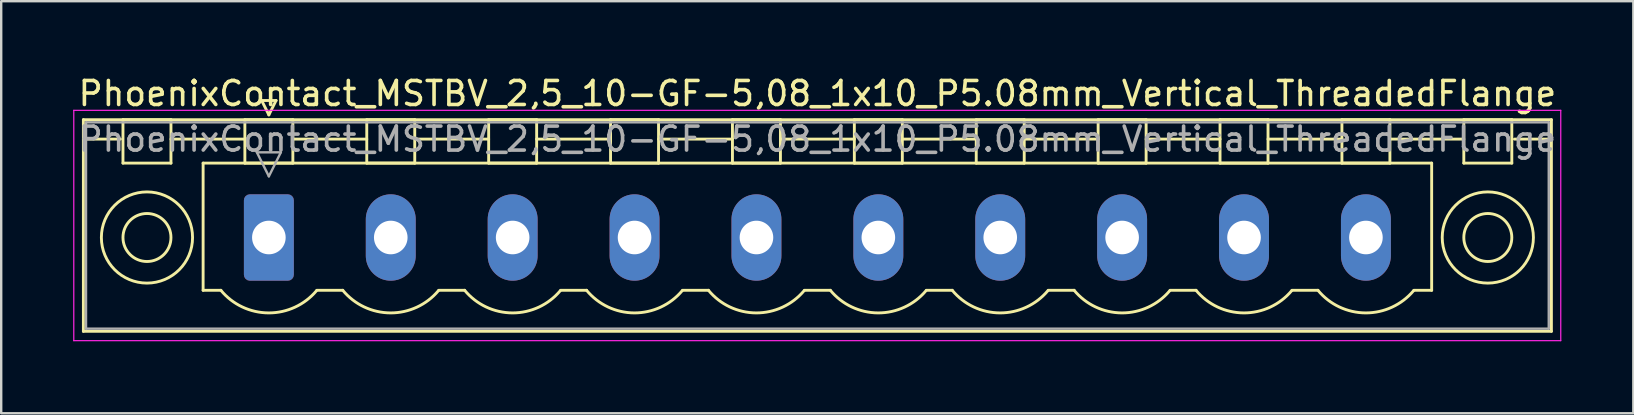
<source format=kicad_pcb>
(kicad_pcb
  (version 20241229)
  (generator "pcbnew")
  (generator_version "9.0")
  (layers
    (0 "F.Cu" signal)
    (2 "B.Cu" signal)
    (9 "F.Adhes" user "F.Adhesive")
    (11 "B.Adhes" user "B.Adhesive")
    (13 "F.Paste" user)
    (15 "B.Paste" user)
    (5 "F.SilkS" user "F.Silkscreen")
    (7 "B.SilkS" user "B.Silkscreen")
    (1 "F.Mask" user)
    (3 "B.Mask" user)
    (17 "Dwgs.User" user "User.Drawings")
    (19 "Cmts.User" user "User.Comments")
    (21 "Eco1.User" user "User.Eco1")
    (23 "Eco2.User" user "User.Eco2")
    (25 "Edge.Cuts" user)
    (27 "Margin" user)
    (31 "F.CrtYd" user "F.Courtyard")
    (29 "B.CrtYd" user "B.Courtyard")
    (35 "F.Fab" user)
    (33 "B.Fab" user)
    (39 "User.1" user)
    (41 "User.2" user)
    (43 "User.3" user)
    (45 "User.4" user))
  (footprint "PhoenixContact_MSTBV_2,5_10-GF-5,08_1x10_P5.08mm_Vertical_ThreadedFlange"
    (layer "F.Cu")
    (at 8.155 6.848)
    (property "Reference" "PhoenixContact_MSTBV_2,5_10-GF-5,08_1x10_P5.08mm_Vertical_ThreadedFlange" (at 22.86 -6 0) (layer "F.SilkS") (effects (font (size 1 1) (thickness 0.15))))
    (attr through_hole)
    (fp_line (start -7.73 -4.91) (end -7.73 3.91) (stroke (width 0.12) (type solid)) (layer "F.SilkS"))
    (fp_line (start -7.73 -4.1) (end -6.19 -4.1) (stroke (width 0.12) (type solid)) (layer "F.SilkS"))
    (fp_line (start -7.73 3.91) (end 53.45 3.91) (stroke (width 0.12) (type solid)) (layer "F.SilkS"))
    (fp_line (start -6.08 -4.91) (end -4.08 -4.91) (stroke (width 0.12) (type solid)) (layer "F.SilkS"))
    (fp_line (start -6.08 -3.1) (end -6.08 -4.91) (stroke (width 0.12) (type solid)) (layer "F.SilkS"))
    (fp_line (start -4.08 -4.91) (end -4.08 -3.1) (stroke (width 0.12) (type solid)) (layer "F.SilkS"))
    (fp_line (start -4.08 -4.1) (end -1 -4.1) (stroke (width 0.12) (type solid)) (layer "F.SilkS"))
    (fp_line (start -4.08 -3.1) (end -6.08 -3.1) (stroke (width 0.12) (type solid)) (layer "F.SilkS"))
    (fp_line (start -2.74 -3.1) (end 48.46 -3.1) (stroke (width 0.12) (type solid)) (layer "F.SilkS"))
    (fp_line (start -2.74 2.2) (end -2.74 -3.1) (stroke (width 0.12) (type solid)) (layer "F.SilkS"))
    (fp_line (start -2 2.2) (end -2.74 2.2) (stroke (width 0.12) (type solid)) (layer "F.SilkS"))
    (fp_line (start -1 -4.91) (end 1 -4.91) (stroke (width 0.12) (type solid)) (layer "F.SilkS"))
    (fp_line (start -1 -3.1) (end -1 -4.91) (stroke (width 0.12) (type solid)) (layer "F.SilkS"))
    (fp_line (start -0.3 -5.71) (end 0.3 -5.71) (stroke (width 0.12) (type solid)) (layer "F.SilkS"))
    (fp_line (start 0 -5.11) (end -0.3 -5.71) (stroke (width 0.12) (type solid)) (layer "F.SilkS"))
    (fp_line (start 0.3 -5.71) (end 0 -5.11) (stroke (width 0.12) (type solid)) (layer "F.SilkS"))
    (fp_line (start 1 -4.91) (end 1 -3.1) (stroke (width 0.12) (type solid)) (layer "F.SilkS"))
    (fp_line (start 1 -4.1) (end 4.08 -4.1) (stroke (width 0.12) (type solid)) (layer "F.SilkS"))
    (fp_line (start 1 -3.1) (end -1 -3.1) (stroke (width 0.12) (type solid)) (layer "F.SilkS"))
    (fp_line (start 2 2.2) (end 3.08 2.2) (stroke (width 0.12) (type solid)) (layer "F.SilkS"))
    (fp_line (start 4.08 -4.91) (end 6.08 -4.91) (stroke (width 0.12) (type solid)) (layer "F.SilkS"))
    (fp_line (start 4.08 -3.1) (end 4.08 -4.91) (stroke (width 0.12) (type solid)) (layer "F.SilkS"))
    (fp_line (start 6.08 -4.91) (end 6.08 -3.1) (stroke (width 0.12) (type solid)) (layer "F.SilkS"))
    (fp_line (start 6.08 -4.1) (end 9.16 -4.1) (stroke (width 0.12) (type solid)) (layer "F.SilkS"))
    (fp_line (start 6.08 -3.1) (end 4.08 -3.1) (stroke (width 0.12) (type solid)) (layer "F.SilkS"))
    (fp_line (start 7.08 2.2) (end 8.16 2.2) (stroke (width 0.12) (type solid)) (layer "F.SilkS"))
    (fp_line (start 9.16 -4.91) (end 11.16 -4.91) (stroke (width 0.12) (type solid)) (layer "F.SilkS"))
    (fp_line (start 9.16 -3.1) (end 9.16 -4.91) (stroke (width 0.12) (type solid)) (layer "F.SilkS"))
    (fp_line (start 11.16 -4.91) (end 11.16 -3.1) (stroke (width 0.12) (type solid)) (layer "F.SilkS"))
    (fp_line (start 11.16 -4.1) (end 14.24 -4.1) (stroke (width 0.12) (type solid)) (layer "F.SilkS"))
    (fp_line (start 11.16 -3.1) (end 9.16 -3.1) (stroke (width 0.12) (type solid)) (layer "F.SilkS"))
    (fp_line (start 12.16 2.2) (end 13.24 2.2) (stroke (width 0.12) (type solid)) (layer "F.SilkS"))
    (fp_line (start 14.24 -4.91) (end 16.24 -4.91) (stroke (width 0.12) (type solid)) (layer "F.SilkS"))
    (fp_line (start 14.24 -3.1) (end 14.24 -4.91) (stroke (width 0.12) (type solid)) (layer "F.SilkS"))
    (fp_line (start 16.24 -4.91) (end 16.24 -3.1) (stroke (width 0.12) (type solid)) (layer "F.SilkS"))
    (fp_line (start 16.24 -4.1) (end 19.32 -4.1) (stroke (width 0.12) (type solid)) (layer "F.SilkS"))
    (fp_line (start 16.24 -3.1) (end 14.24 -3.1) (stroke (width 0.12) (type solid)) (layer "F.SilkS"))
    (fp_line (start 17.24 2.2) (end 18.32 2.2) (stroke (width 0.12) (type solid)) (layer "F.SilkS"))
    (fp_line (start 19.32 -4.91) (end 21.32 -4.91) (stroke (width 0.12) (type solid)) (layer "F.SilkS"))
    (fp_line (start 19.32 -3.1) (end 19.32 -4.91) (stroke (width 0.12) (type solid)) (layer "F.SilkS"))
    (fp_line (start 21.32 -4.91) (end 21.32 -3.1) (stroke (width 0.12) (type solid)) (layer "F.SilkS"))
    (fp_line (start 21.32 -4.1) (end 24.4 -4.1) (stroke (width 0.12) (type solid)) (layer "F.SilkS"))
    (fp_line (start 21.32 -3.1) (end 19.32 -3.1) (stroke (width 0.12) (type solid)) (layer "F.SilkS"))
    (fp_line (start 22.32 2.2) (end 23.4 2.2) (stroke (width 0.12) (type solid)) (layer "F.SilkS"))
    (fp_line (start 24.4 -4.91) (end 26.4 -4.91) (stroke (width 0.12) (type solid)) (layer "F.SilkS"))
    (fp_line (start 24.4 -3.1) (end 24.4 -4.91) (stroke (width 0.12) (type solid)) (layer "F.SilkS"))
    (fp_line (start 26.4 -4.91) (end 26.4 -3.1) (stroke (width 0.12) (type solid)) (layer "F.SilkS"))
    (fp_line (start 26.4 -4.1) (end 29.48 -4.1) (stroke (width 0.12) (type solid)) (layer "F.SilkS"))
    (fp_line (start 26.4 -3.1) (end 24.4 -3.1) (stroke (width 0.12) (type solid)) (layer "F.SilkS"))
    (fp_line (start 27.4 2.2) (end 28.48 2.2) (stroke (width 0.12) (type solid)) (layer "F.SilkS"))
    (fp_line (start 29.48 -4.91) (end 31.48 -4.91) (stroke (width 0.12) (type solid)) (layer "F.SilkS"))
    (fp_line (start 29.48 -3.1) (end 29.48 -4.91) (stroke (width 0.12) (type solid)) (layer "F.SilkS"))
    (fp_line (start 31.48 -4.91) (end 31.48 -3.1) (stroke (width 0.12) (type solid)) (layer "F.SilkS"))
    (fp_line (start 31.48 -4.1) (end 34.56 -4.1) (stroke (width 0.12) (type solid)) (layer "F.SilkS"))
    (fp_line (start 31.48 -3.1) (end 29.48 -3.1) (stroke (width 0.12) (type solid)) (layer "F.SilkS"))
    (fp_line (start 32.48 2.2) (end 33.56 2.2) (stroke (width 0.12) (type solid)) (layer "F.SilkS"))
    (fp_line (start 34.56 -4.91) (end 36.56 -4.91) (stroke (width 0.12) (type solid)) (layer "F.SilkS"))
    (fp_line (start 34.56 -3.1) (end 34.56 -4.91) (stroke (width 0.12) (type solid)) (layer "F.SilkS"))
    (fp_line (start 36.56 -4.91) (end 36.56 -3.1) (stroke (width 0.12) (type solid)) (layer "F.SilkS"))
    (fp_line (start 36.56 -4.1) (end 39.64 -4.1) (stroke (width 0.12) (type solid)) (layer "F.SilkS"))
    (fp_line (start 36.56 -3.1) (end 34.56 -3.1) (stroke (width 0.12) (type solid)) (layer "F.SilkS"))
    (fp_line (start 37.56 2.2) (end 38.64 2.2) (stroke (width 0.12) (type solid)) (layer "F.SilkS"))
    (fp_line (start 39.64 -4.91) (end 41.64 -4.91) (stroke (width 0.12) (type solid)) (layer "F.SilkS"))
    (fp_line (start 39.64 -3.1) (end 39.64 -4.91) (stroke (width 0.12) (type solid)) (layer "F.SilkS"))
    (fp_line (start 41.64 -4.91) (end 41.64 -3.1) (stroke (width 0.12) (type solid)) (layer "F.SilkS"))
    (fp_line (start 41.64 -4.1) (end 44.72 -4.1) (stroke (width 0.12) (type solid)) (layer "F.SilkS"))
    (fp_line (start 41.64 -3.1) (end 39.64 -3.1) (stroke (width 0.12) (type solid)) (layer "F.SilkS"))
    (fp_line (start 42.64 2.2) (end 43.72 2.2) (stroke (width 0.12) (type solid)) (layer "F.SilkS"))
    (fp_line (start 44.72 -4.91) (end 46.72 -4.91) (stroke (width 0.12) (type solid)) (layer "F.SilkS"))
    (fp_line (start 44.72 -3.1) (end 44.72 -4.91) (stroke (width 0.12) (type solid)) (layer "F.SilkS"))
    (fp_line (start 46.72 -4.91) (end 46.72 -3.1) (stroke (width 0.12) (type solid)) (layer "F.SilkS"))
    (fp_line (start 46.72 -4.1) (end 49.8 -4.1) (stroke (width 0.12) (type solid)) (layer "F.SilkS"))
    (fp_line (start 46.72 -3.1) (end 44.72 -3.1) (stroke (width 0.12) (type solid)) (layer "F.SilkS"))
    (fp_line (start 48.46 -3.1) (end 48.46 2.2) (stroke (width 0.12) (type solid)) (layer "F.SilkS"))
    (fp_line (start 48.46 2.2) (end 47.72 2.2) (stroke (width 0.12) (type solid)) (layer "F.SilkS"))
    (fp_line (start 49.8 -4.91) (end 51.8 -4.91) (stroke (width 0.12) (type solid)) (layer "F.SilkS"))
    (fp_line (start 49.8 -3.1) (end 49.8 -4.91) (stroke (width 0.12) (type solid)) (layer "F.SilkS"))
    (fp_line (start 51.8 -4.91) (end 51.8 -3.1) (stroke (width 0.12) (type solid)) (layer "F.SilkS"))
    (fp_line (start 51.8 -3.1) (end 49.8 -3.1) (stroke (width 0.12) (type solid)) (layer "F.SilkS"))
    (fp_line (start 53.45 -4.91) (end -7.73 -4.91) (stroke (width 0.12) (type solid)) (layer "F.SilkS"))
    (fp_line (start 53.45 -4.1) (end 51.91 -4.1) (stroke (width 0.12) (type solid)) (layer "F.SilkS"))
    (fp_line (start 53.45 3.91) (end 53.45 -4.91) (stroke (width 0.12) (type solid)) (layer "F.SilkS"))
    (fp_arc (start 1.986842 2.215821) (mid -0.010289 3.142758) (end -2 2.2) (stroke (width 0.12) (type solid)) (layer "F.SilkS"))
    (fp_arc (start 7.066842 2.215821) (mid 5.069711 3.142758) (end 3.08 2.2) (stroke (width 0.12) (type solid)) (layer "F.SilkS"))
    (fp_arc (start 12.146842 2.215821) (mid 10.149711 3.142758) (end 8.16 2.2) (stroke (width 0.12) (type solid)) (layer "F.SilkS"))
    (fp_arc (start 17.226842 2.215821) (mid 15.229711 3.142758) (end 13.24 2.2) (stroke (width 0.12) (type solid)) (layer "F.SilkS"))
    (fp_arc (start 22.306842 2.215821) (mid 20.309711 3.142758) (end 18.32 2.2) (stroke (width 0.12) (type solid)) (layer "F.SilkS"))
    (fp_arc (start 27.386842 2.215821) (mid 25.389711 3.142758) (end 23.4 2.2) (stroke (width 0.12) (type solid)) (layer "F.SilkS"))
    (fp_arc (start 32.466842 2.215821) (mid 30.469711 3.142758) (end 28.48 2.2) (stroke (width 0.12) (type solid)) (layer "F.SilkS"))
    (fp_arc (start 37.546842 2.215821) (mid 35.549711 3.142758) (end 33.56 2.2) (stroke (width 0.12) (type solid)) (layer "F.SilkS"))
    (fp_arc (start 42.626842 2.215821) (mid 40.629711 3.142758) (end 38.64 2.2) (stroke (width 0.12) (type solid)) (layer "F.SilkS"))
    (fp_arc (start 47.706842 2.215821) (mid 45.709711 3.142758) (end 43.72 2.2) (stroke (width 0.12) (type solid)) (layer "F.SilkS"))
    (fp_circle (center -5.08 0) (end -4.08 0) (stroke (width 0.12) (type solid)) (fill no) (layer "F.SilkS"))
    (fp_circle (center -5.08 0) (end -3.18 0) (stroke (width 0.12) (type solid)) (fill no) (layer "F.SilkS"))
    (fp_circle (center 50.8 0) (end 51.8 0) (stroke (width 0.12) (type solid)) (fill no) (layer "F.SilkS"))
    (fp_circle (center 50.8 0) (end 52.7 0) (stroke (width 0.12) (type solid)) (fill no) (layer "F.SilkS"))
    (fp_line (start -8.13 -5.3) (end -8.13 4.3) (stroke (width 0.05) (type solid)) (layer "F.CrtYd"))
    (fp_line (start -8.13 4.3) (end 53.84 4.3) (stroke (width 0.05) (type solid)) (layer "F.CrtYd"))
    (fp_line (start 53.84 -5.3) (end -8.13 -5.3) (stroke (width 0.05) (type solid)) (layer "F.CrtYd"))
    (fp_line (start 53.84 4.3) (end 53.84 -5.3) (stroke (width 0.05) (type solid)) (layer "F.CrtYd"))
    (fp_line (start -7.62 -4.8) (end -7.62 3.8) (stroke (width 0.1) (type solid)) (layer "F.Fab"))
    (fp_line (start -7.62 3.8) (end 53.34 3.8) (stroke (width 0.1) (type solid)) (layer "F.Fab"))
    (fp_line (start -0.5 -3.55) (end 0.5 -3.55) (stroke (width 0.1) (type solid)) (layer "F.Fab"))
    (fp_line (start 0 -2.55) (end -0.5 -3.55) (stroke (width 0.1) (type solid)) (layer "F.Fab"))
    (fp_line (start 0.5 -3.55) (end 0 -2.55) (stroke (width 0.1) (type solid)) (layer "F.Fab"))
    (fp_line (start 53.34 -4.8) (end -7.62 -4.8) (stroke (width 0.1) (type solid)) (layer "F.Fab"))
    (fp_line (start 53.34 3.8) (end 53.34 -4.8) (stroke (width 0.1) (type solid)) (layer "F.Fab"))
    (fp_text user "${REFERENCE}" (at 22.86 -4.1 0) (layer "F.Fab") (effects (font (size 1 1) (thickness 0.15))))
    (pad "1" thru_hole roundrect (at 0 0) (size 2.08 3.6) (drill 1.4) (layers "*.Cu" "*.Mask") (roundrect_rratio 0.12))
    (pad "2" thru_hole oval (at 5.08 0) (size 2.08 3.6) (drill 1.4) (layers "*.Cu" "*.Mask"))
    (pad "3" thru_hole oval (at 10.16 0) (size 2.08 3.6) (drill 1.4) (layers "*.Cu" "*.Mask"))
    (pad "4" thru_hole oval (at 15.24 0) (size 2.08 3.6) (drill 1.4) (layers "*.Cu" "*.Mask"))
    (pad "5" thru_hole oval (at 20.32 0) (size 2.08 3.6) (drill 1.4) (layers "*.Cu" "*.Mask"))
    (pad "6" thru_hole oval (at 25.4 0) (size 2.08 3.6) (drill 1.4) (layers "*.Cu" "*.Mask"))
    (pad "7" thru_hole oval (at 30.48 0) (size 2.08 3.6) (drill 1.4) (layers "*.Cu" "*.Mask"))
    (pad "8" thru_hole oval (at 35.56 0) (size 2.08 3.6) (drill 1.4) (layers "*.Cu" "*.Mask"))
    (pad "9" thru_hole oval (at 40.64 0) (size 2.08 3.6) (drill 1.4) (layers "*.Cu" "*.Mask"))
    (pad "10" thru_hole oval (at 45.72 0) (size 2.08 3.6) (drill 1.4) (layers "*.Cu" "*.Mask")))
  (gr_rect
    (start -3 -3)
    (end 65.02 14.173)
    (stroke (width 0.1) (type default))
    (fill no)
    (layer "Edge.Cuts")))
</source>
